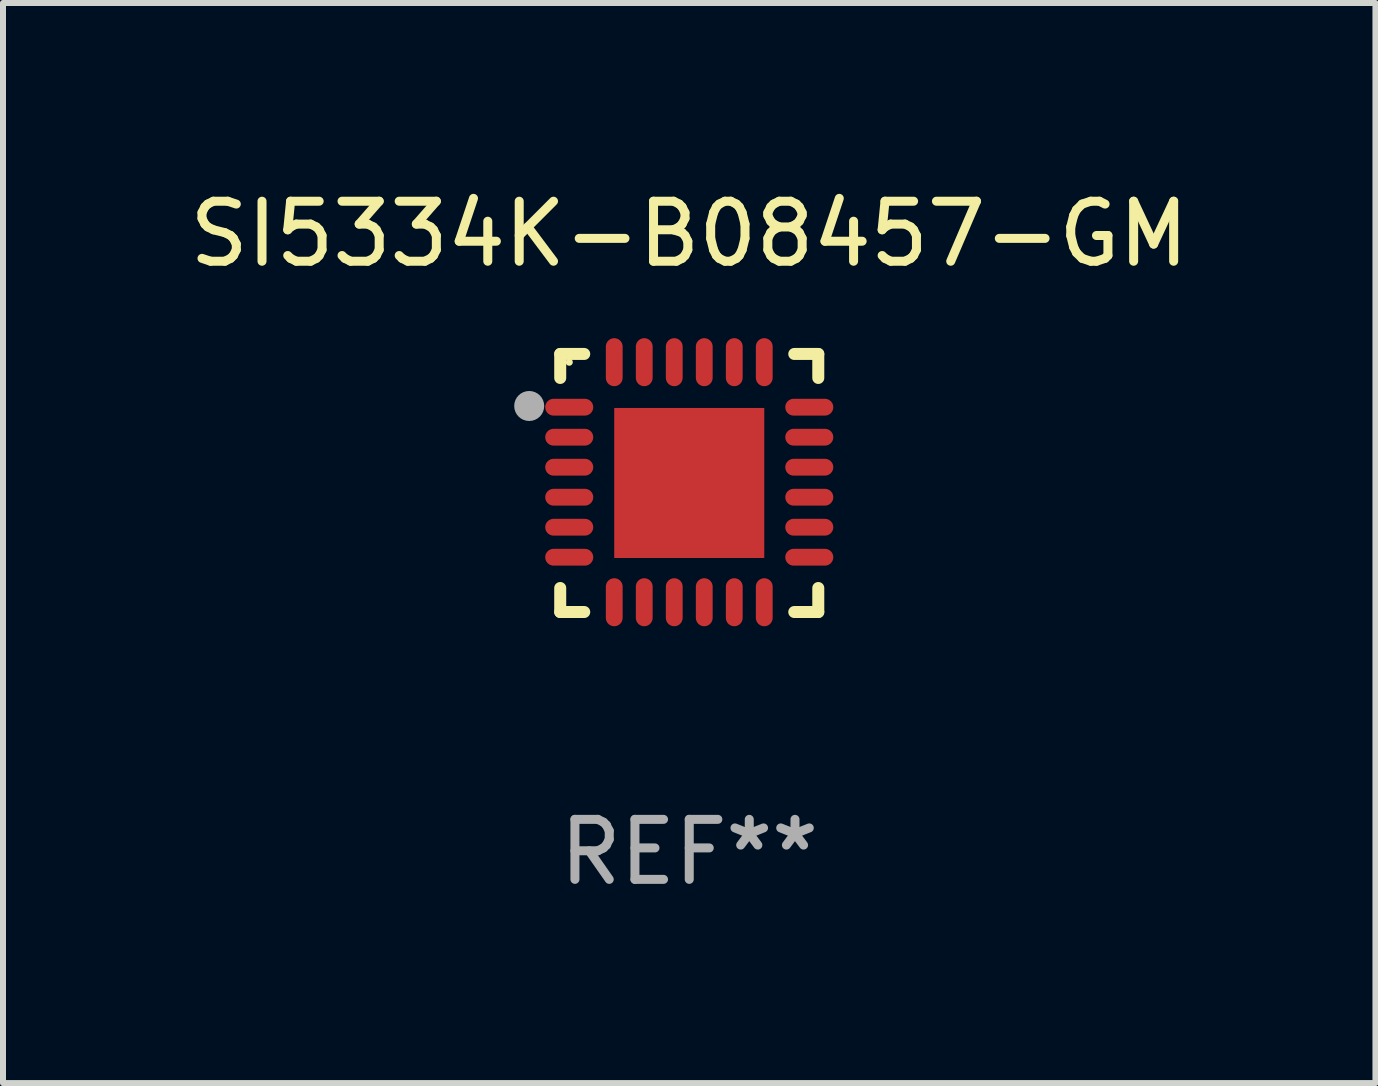
<source format=kicad_pcb>
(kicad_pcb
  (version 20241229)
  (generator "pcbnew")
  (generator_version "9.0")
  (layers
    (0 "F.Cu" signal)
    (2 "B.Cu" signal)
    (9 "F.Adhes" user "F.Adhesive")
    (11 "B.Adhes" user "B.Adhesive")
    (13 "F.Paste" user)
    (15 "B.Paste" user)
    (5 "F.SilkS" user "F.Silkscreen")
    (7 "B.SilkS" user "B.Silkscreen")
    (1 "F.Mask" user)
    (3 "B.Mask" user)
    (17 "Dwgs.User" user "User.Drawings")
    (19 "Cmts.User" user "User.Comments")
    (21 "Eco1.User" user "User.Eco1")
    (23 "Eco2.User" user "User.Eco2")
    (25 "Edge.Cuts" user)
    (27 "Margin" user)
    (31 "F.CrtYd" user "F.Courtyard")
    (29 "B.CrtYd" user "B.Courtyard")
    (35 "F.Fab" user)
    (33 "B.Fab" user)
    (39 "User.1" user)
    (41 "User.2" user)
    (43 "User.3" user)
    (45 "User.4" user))
  (footprint "SI5334K-B08457-GM"
    (layer "F.Cu")
    (at 8.435 4.998)
    (property "Reference" "SI5334K-B08457-GM" (at 0 -4.15 0) (layer "F.SilkS") (effects (font (size 1 1) (thickness 0.15))))
    (attr through_hole)
    (fp_line (start -2.15 -2.15) (end -1.75 -2.15) (stroke (width 0.2) (type solid)) (layer "F.SilkS"))
    (fp_line (start -2.15 -1.75) (end -2.15 -2.15) (stroke (width 0.2) (type solid)) (layer "F.SilkS"))
    (fp_line (start -2.15 2.15) (end -2.15 1.75) (stroke (width 0.2) (type solid)) (layer "F.SilkS"))
    (fp_line (start -1.75 2.15) (end -2.15 2.15) (stroke (width 0.2) (type solid)) (layer "F.SilkS"))
    (fp_line (start 1.75 -2.15) (end 2.15 -2.15) (stroke (width 0.2) (type solid)) (layer "F.SilkS"))
    (fp_line (start 1.75 2.15) (end 2.15 2.15) (stroke (width 0.2) (type solid)) (layer "F.SilkS"))
    (fp_line (start 2.15 -2.15) (end 2.15 -1.75) (stroke (width 0.2) (type solid)) (layer "F.SilkS"))
    (fp_line (start 2.15 2.15) (end 2.15 1.75) (stroke (width 0.2) (type solid)) (layer "F.SilkS"))
    (fp_circle (center -2 -2.013) (end -1.97 -2.013) (stroke (width 0.06) (type solid)) (fill no) (layer "F.SilkS"))
    (fp_circle (center -2.667 -1.283) (end -2.542 -1.283) (stroke (width 0.25) (type solid)) (fill no) (layer "F.Fab"))
    (fp_text user "REF**" (at 0 6.15 0) (layer "F.Fab") (effects (font (size 1 1) (thickness 0.15))))
    (pad "1" smd oval (at -2 -1.263) (size 0.8 0.28) (layers "F.Cu" "F.Mask" "F.Paste"))
    (pad "2" smd oval (at -2 -0.763) (size 0.8 0.28) (layers "F.Cu" "F.Mask" "F.Paste"))
    (pad "3" smd oval (at -2 -0.263) (size 0.8 0.28) (layers "F.Cu" "F.Mask" "F.Paste"))
    (pad "4" smd oval (at -2 0.237) (size 0.8 0.28) (layers "F.Cu" "F.Mask" "F.Paste"))
    (pad "5" smd oval (at -2 0.737) (size 0.8 0.28) (layers "F.Cu" "F.Mask" "F.Paste"))
    (pad "6" smd oval (at -2 1.237) (size 0.8 0.28) (layers "F.Cu" "F.Mask" "F.Paste"))
    (pad "7" smd oval (at -1.25 1.987) (size 0.28 0.8) (layers "F.Cu" "F.Mask" "F.Paste"))
    (pad "8" smd oval (at -0.75 1.987) (size 0.28 0.8) (layers "F.Cu" "F.Mask" "F.Paste"))
    (pad "9" smd oval (at -0.25 1.987) (size 0.28 0.8) (layers "F.Cu" "F.Mask" "F.Paste"))
    (pad "10" smd oval (at 0.25 1.987) (size 0.28 0.8) (layers "F.Cu" "F.Mask" "F.Paste"))
    (pad "11" smd oval (at 0.75 1.987) (size 0.28 0.8) (layers "F.Cu" "F.Mask" "F.Paste"))
    (pad "12" smd oval (at 1.25 1.987) (size 0.28 0.8) (layers "F.Cu" "F.Mask" "F.Paste"))
    (pad "13" smd oval (at 2 1.237) (size 0.8 0.28) (layers "F.Cu" "F.Mask" "F.Paste"))
    (pad "14" smd oval (at 2 0.737) (size 0.8 0.28) (layers "F.Cu" "F.Mask" "F.Paste"))
    (pad "15" smd oval (at 2 0.237) (size 0.8 0.28) (layers "F.Cu" "F.Mask" "F.Paste"))
    (pad "16" smd oval (at 2 -0.263) (size 0.8 0.28) (layers "F.Cu" "F.Mask" "F.Paste"))
    (pad "17" smd oval (at 2 -0.763) (size 0.8 0.28) (layers "F.Cu" "F.Mask" "F.Paste"))
    (pad "18" smd oval (at 2 -1.263) (size 0.8 0.28) (layers "F.Cu" "F.Mask" "F.Paste"))
    (pad "19" smd oval (at 1.25 -2.013) (size 0.28 0.8) (layers "F.Cu" "F.Mask" "F.Paste"))
    (pad "20" smd oval (at 0.75 -2.013) (size 0.28 0.8) (layers "F.Cu" "F.Mask" "F.Paste"))
    (pad "21" smd oval (at 0.25 -2.013) (size 0.28 0.8) (layers "F.Cu" "F.Mask" "F.Paste"))
    (pad "22" smd oval (at -0.25 -2.013) (size 0.28 0.8) (layers "F.Cu" "F.Mask" "F.Paste"))
    (pad "23" smd oval (at -0.75 -2.013) (size 0.28 0.8) (layers "F.Cu" "F.Mask" "F.Paste"))
    (pad "24" smd oval (at -1.25 -2.013) (size 0.28 0.8) (layers "F.Cu" "F.Mask" "F.Paste"))
    (pad "25" smd rect (at -0.000127 -0.00014) (size 2.5 2.5) (layers "F.Cu" "F.Mask" "F.Paste")))
  (gr_rect
    (start -3 -3)
    (end 19.869 14.997)
    (stroke (width 0.1) (type default))
    (fill no)
    (layer "Edge.Cuts")))
</source>
